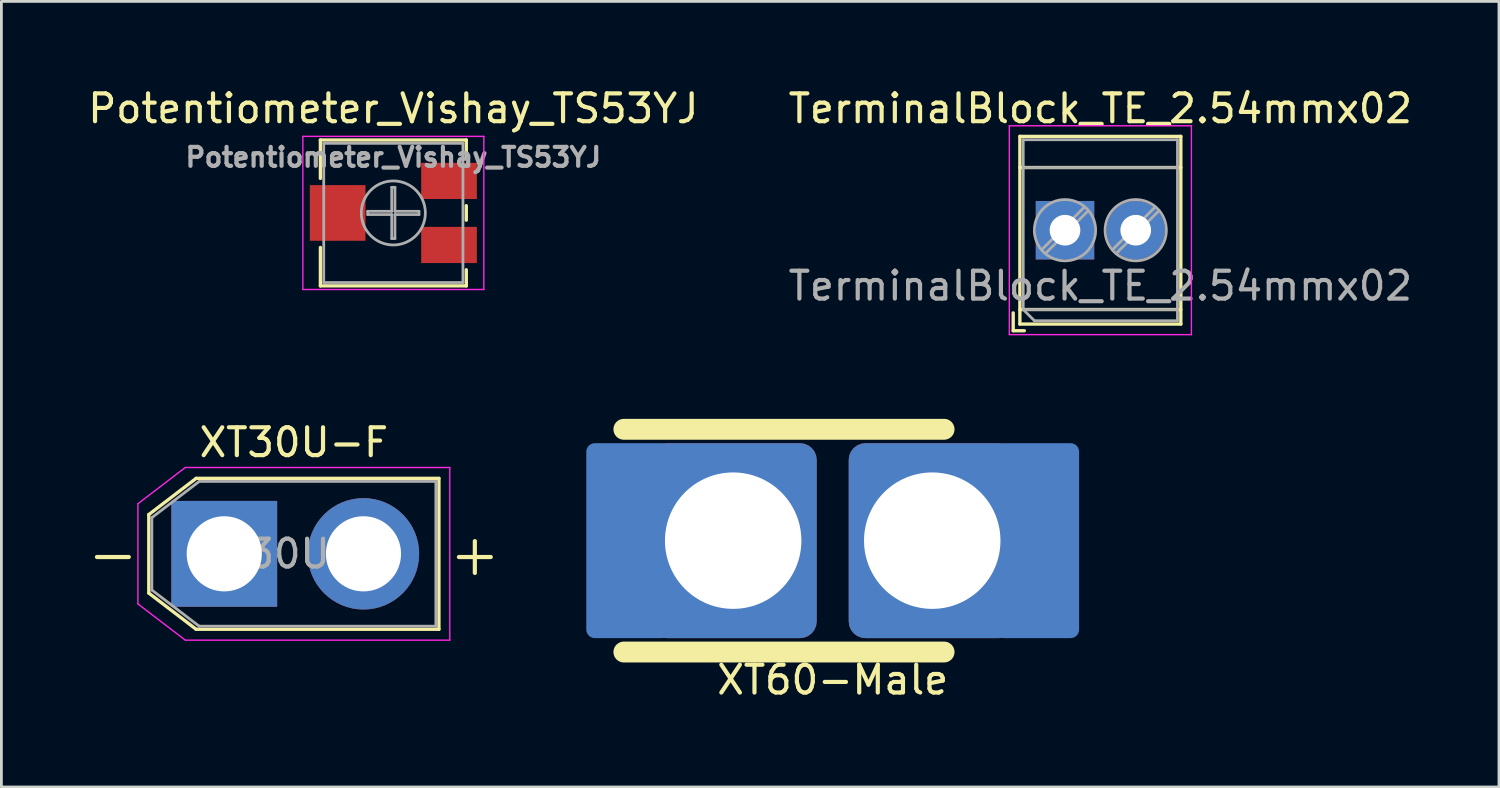
<source format=kicad_pcb>
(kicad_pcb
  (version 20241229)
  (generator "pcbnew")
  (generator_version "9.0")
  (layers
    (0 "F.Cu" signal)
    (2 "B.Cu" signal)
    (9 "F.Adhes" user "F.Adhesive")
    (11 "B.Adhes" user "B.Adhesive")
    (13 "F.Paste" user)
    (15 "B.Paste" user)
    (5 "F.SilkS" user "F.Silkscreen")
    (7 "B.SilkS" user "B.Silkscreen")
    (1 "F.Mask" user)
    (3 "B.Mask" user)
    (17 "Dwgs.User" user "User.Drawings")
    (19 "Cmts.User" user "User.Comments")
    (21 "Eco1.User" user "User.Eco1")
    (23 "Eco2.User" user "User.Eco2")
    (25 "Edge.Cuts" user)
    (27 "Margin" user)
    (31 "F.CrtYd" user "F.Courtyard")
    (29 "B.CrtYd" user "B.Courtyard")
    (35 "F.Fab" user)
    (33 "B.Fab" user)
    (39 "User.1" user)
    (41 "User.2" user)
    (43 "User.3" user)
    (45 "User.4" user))
  (footprint "TerminalBlock_TE_2.54mmx02"
    (layer "F.Cu")
    (at 35.2 5.218)
    (property "Reference" "TerminalBlock_TE_2.54mmx02" (at 1.27 -4.37 0) (layer "F.SilkS") (effects (font (size 1 1) (thickness 0.15))))
    (attr through_hole)
    (fp_line (start -1.86 2.97) (end -1.86 3.61) (stroke (width 0.12) (type solid)) (layer "F.SilkS"))
    (fp_line (start -1.86 3.61) (end -1.46 3.61) (stroke (width 0.12) (type solid)) (layer "F.SilkS"))
    (fp_line (start -1.62 -3.37) (end -1.62 3.37) (stroke (width 0.12) (type solid)) (layer "F.SilkS"))
    (fp_line (start -1.62 -3.37) (end 4.16 -3.37) (stroke (width 0.12) (type solid)) (layer "F.SilkS"))
    (fp_line (start -1.62 -2.25) (end 4.16 -2.25) (stroke (width 0.12) (type solid)) (layer "F.SilkS"))
    (fp_line (start -1.62 2.85) (end 4.16 2.85) (stroke (width 0.12) (type solid)) (layer "F.SilkS"))
    (fp_line (start -1.62 3.37) (end 4.16 3.37) (stroke (width 0.12) (type solid)) (layer "F.SilkS"))
    (fp_line (start 4.16 -3.37) (end 4.16 3.37) (stroke (width 0.12) (type solid)) (layer "F.SilkS"))
    (fp_line (start -2 -3.75) (end -2 3.75) (stroke (width 0.05) (type solid)) (layer "F.CrtYd"))
    (fp_line (start -2 3.75) (end 4.54 3.75) (stroke (width 0.05) (type solid)) (layer "F.CrtYd"))
    (fp_line (start 4.54 -3.75) (end -2 -3.75) (stroke (width 0.05) (type solid)) (layer "F.CrtYd"))
    (fp_line (start 4.54 3.75) (end 4.54 -3.75) (stroke (width 0.05) (type solid)) (layer "F.CrtYd"))
    (fp_line (start -1.5 -3.25) (end 4.04 -3.25) (stroke (width 0.1) (type solid)) (layer "F.Fab"))
    (fp_line (start -1.5 -2.25) (end 4.04 -2.25) (stroke (width 0.1) (type solid)) (layer "F.Fab"))
    (fp_line (start -1.5 2.85) (end -1.5 -3.25) (stroke (width 0.1) (type solid)) (layer "F.Fab"))
    (fp_line (start -1.5 2.85) (end 4.04 2.85) (stroke (width 0.1) (type solid)) (layer "F.Fab"))
    (fp_line (start -1.1 3.25) (end -1.5 2.85) (stroke (width 0.1) (type solid)) (layer "F.Fab"))
    (fp_line (start 0.701 -0.835) (end -0.835 0.7) (stroke (width 0.1) (type solid)) (layer "F.Fab"))
    (fp_line (start 0.835 -0.7) (end -0.701 0.835) (stroke (width 0.1) (type solid)) (layer "F.Fab"))
    (fp_line (start 3.241 -0.835) (end 1.706 0.7) (stroke (width 0.1) (type solid)) (layer "F.Fab"))
    (fp_line (start 3.375 -0.7) (end 1.84 0.835) (stroke (width 0.1) (type solid)) (layer "F.Fab"))
    (fp_line (start 4.04 -3.25) (end 4.04 3.25) (stroke (width 0.1) (type solid)) (layer "F.Fab"))
    (fp_line (start 4.04 3.25) (end -1.1 3.25) (stroke (width 0.1) (type solid)) (layer "F.Fab"))
    (fp_circle (center 0 0) (end 1.1 0) (stroke (width 0.1) (type solid)) (fill no) (layer "F.Fab"))
    (fp_circle (center 2.54 0) (end 3.64 0) (stroke (width 0.1) (type solid)) (fill no) (layer "F.Fab"))
    (fp_text user "${REFERENCE}" (at 1.27 2 0) (layer "F.Fab") (effects (font (size 1 1) (thickness 0.15))))
    (pad "1" thru_hole rect (at 0 0) (size 2.1 2.1) (drill 1.1) (layers "*.Cu" "*.Mask"))
    (pad "2" thru_hole circle (at 2.54 0) (size 2.1 2.1) (drill 1.1) (layers "*.Cu" "*.Mask")))
  (footprint "Potentiometer_Vishay_TS53YJ"
    (layer "F.Cu")
    (at 11.077 4.598)
    (property "Reference" "Potentiometer_Vishay_TS53YJ" (at 0 -3.75 0) (layer "F.SilkS") (effects (font (size 1 1) (thickness 0.15))))
    (attr smd)
    (fp_line (start -2.62 -2.62) (end -2.62 -1.24) (stroke (width 0.12) (type solid)) (layer "F.SilkS"))
    (fp_line (start -2.62 -2.62) (end 2.62 -2.62) (stroke (width 0.12) (type solid)) (layer "F.SilkS"))
    (fp_line (start -2.62 1.24) (end -2.62 2.62) (stroke (width 0.12) (type solid)) (layer "F.SilkS"))
    (fp_line (start -2.62 2.62) (end 2.62 2.62) (stroke (width 0.12) (type solid)) (layer "F.SilkS"))
    (fp_line (start 2.62 -2.62) (end 2.62 -2.039) (stroke (width 0.12) (type solid)) (layer "F.SilkS"))
    (fp_line (start 2.62 -0.26) (end 2.62 0.26) (stroke (width 0.12) (type solid)) (layer "F.SilkS"))
    (fp_line (start 2.62 2.04) (end 2.62 2.62) (stroke (width 0.12) (type solid)) (layer "F.SilkS"))
    (fp_line (start -3.25 -2.75) (end -3.25 2.75) (stroke (width 0.05) (type solid)) (layer "F.CrtYd"))
    (fp_line (start -3.25 2.75) (end 3.25 2.75) (stroke (width 0.05) (type solid)) (layer "F.CrtYd"))
    (fp_line (start 3.25 -2.75) (end -3.25 -2.75) (stroke (width 0.05) (type solid)) (layer "F.CrtYd"))
    (fp_line (start 3.25 2.75) (end 3.25 -2.75) (stroke (width 0.05) (type solid)) (layer "F.CrtYd"))
    (fp_line (start -2.5 -2.5) (end -2.5 2.5) (stroke (width 0.1) (type solid)) (layer "F.Fab"))
    (fp_line (start -2.5 2.5) (end 2.5 2.5) (stroke (width 0.1) (type solid)) (layer "F.Fab"))
    (fp_line (start -0.92 -0.058) (end -0.058 -0.058) (stroke (width 0.1) (type solid)) (layer "F.Fab"))
    (fp_line (start -0.92 0.058) (end -0.92 -0.058) (stroke (width 0.1) (type solid)) (layer "F.Fab"))
    (fp_line (start -0.058 -0.92) (end 0.058 -0.92) (stroke (width 0.1) (type solid)) (layer "F.Fab"))
    (fp_line (start -0.058 -0.058) (end -0.058 -0.92) (stroke (width 0.1) (type solid)) (layer "F.Fab"))
    (fp_line (start -0.058 0.058) (end -0.92 0.058) (stroke (width 0.1) (type solid)) (layer "F.Fab"))
    (fp_line (start -0.058 0.92) (end -0.058 0.058) (stroke (width 0.1) (type solid)) (layer "F.Fab"))
    (fp_line (start 0.058 -0.92) (end 0.058 -0.058) (stroke (width 0.1) (type solid)) (layer "F.Fab"))
    (fp_line (start 0.058 -0.058) (end 0.92 -0.058) (stroke (width 0.1) (type solid)) (layer "F.Fab"))
    (fp_line (start 0.058 0.058) (end 0.058 0.92) (stroke (width 0.1) (type solid)) (layer "F.Fab"))
    (fp_line (start 0.058 0.92) (end -0.058 0.92) (stroke (width 0.1) (type solid)) (layer "F.Fab"))
    (fp_line (start 0.92 -0.058) (end 0.92 0.058) (stroke (width 0.1) (type solid)) (layer "F.Fab"))
    (fp_line (start 0.92 0.058) (end 0.058 0.058) (stroke (width 0.1) (type solid)) (layer "F.Fab"))
    (fp_line (start 2.5 -2.5) (end -2.5 -2.5) (stroke (width 0.1) (type solid)) (layer "F.Fab"))
    (fp_line (start 2.5 2.5) (end 2.5 -2.5) (stroke (width 0.1) (type solid)) (layer "F.Fab"))
    (fp_circle (center 0 0) (end 1.15 0) (stroke (width 0.1) (type solid)) (fill no) (layer "F.Fab"))
    (fp_text user "${REFERENCE}" (at 0 -2 0) (layer "F.Fab") (effects (font (size 0.68 0.68) (thickness 0.15))))
    (pad "1" smd rect (at 2 -1.15) (size 2 1.3) (layers "F.Cu" "F.Mask" "F.Paste"))
    (pad "2" smd rect (at -2 0) (size 2 2) (layers "F.Cu" "F.Mask" "F.Paste"))
    (pad "3" smd rect (at 2 1.15) (size 2 1.3) (layers "F.Cu" "F.Mask" "F.Paste")))
  (footprint "XT30U-F"
    (layer "F.Cu")
    (at 5.004 16.841)
    (property "Reference" "XT30U-F" (at 2.5 -4 0) (layer "F.SilkS") (effects (font (size 1 1) (thickness 0.15))))
    (attr through_hole)
    (fp_line (start -2.71 -1.41) (end -2.71 1.41) (stroke (width 0.12) (type solid)) (layer "F.SilkS"))
    (fp_line (start -2.71 -1.41) (end -1.01 -2.71) (stroke (width 0.12) (type solid)) (layer "F.SilkS"))
    (fp_line (start -2.71 1.41) (end -1.01 2.71) (stroke (width 0.12) (type solid)) (layer "F.SilkS"))
    (fp_line (start -1.01 -2.71) (end 7.71 -2.71) (stroke (width 0.12) (type solid)) (layer "F.SilkS"))
    (fp_line (start -1.01 2.71) (end 7.71 2.71) (stroke (width 0.12) (type solid)) (layer "F.SilkS"))
    (fp_line (start 7.71 -2.71) (end 7.71 2.71) (stroke (width 0.12) (type solid)) (layer "F.SilkS"))
    (fp_line (start -3.1 -1.8) (end -3.1 1.8) (stroke (width 0.05) (type solid)) (layer "F.CrtYd"))
    (fp_line (start -3.1 -1.8) (end -1.4 -3.1) (stroke (width 0.05) (type solid)) (layer "F.CrtYd"))
    (fp_line (start -3.1 1.8) (end -1.4 3.1) (stroke (width 0.05) (type solid)) (layer "F.CrtYd"))
    (fp_line (start -1.4 -3.1) (end 8.1 -3.1) (stroke (width 0.05) (type solid)) (layer "F.CrtYd"))
    (fp_line (start -1.4 3.1) (end 8.1 3.1) (stroke (width 0.05) (type solid)) (layer "F.CrtYd"))
    (fp_line (start 8.1 -3.1) (end 8.1 3.1) (stroke (width 0.05) (type solid)) (layer "F.CrtYd"))
    (fp_line (start -2.6 -1.3) (end -2.6 1.3) (stroke (width 0.1) (type solid)) (layer "F.Fab"))
    (fp_line (start -2.6 -1.3) (end -0.9 -2.6) (stroke (width 0.1) (type solid)) (layer "F.Fab"))
    (fp_line (start -2.6 1.3) (end -0.9 2.6) (stroke (width 0.1) (type solid)) (layer "F.Fab"))
    (fp_line (start -0.9 -2.6) (end 7.6 -2.6) (stroke (width 0.1) (type solid)) (layer "F.Fab"))
    (fp_line (start -0.9 2.6) (end 7.6 2.6) (stroke (width 0.1) (type solid)) (layer "F.Fab"))
    (fp_line (start 7.6 -2.6) (end 7.6 2.6) (stroke (width 0.1) (type solid)) (layer "F.Fab"))
    (fp_text user "+" (at 9 0 0) (layer "F.SilkS") (effects (font (size 1.5 1.5) (thickness 0.15))))
    (fp_text user "-" (at -4 0 0) (layer "F.SilkS") (effects (font (size 1.5 1.5) (thickness 0.15))))
    (fp_text user "${REFERENCE}" (at 2.5 0 0) (layer "F.Fab") (effects (font (size 1 1) (thickness 0.15))))
    (pad "+" thru_hole circle (at 5 0) (size 4 4) (drill 2.7) (layers "*.Cu" "*.Mask"))
    (pad "-" thru_hole rect (at 0 0) (size 3.8 3.8) (drill 2.7) (layers "*.Cu" "*.Mask")))
  (footprint "XT60-Male"
    (layer "F.Cu")
    (at 26.857 16.368)
    (property "Reference" "XT60-Male" (at 0 5 0) (layer "F.SilkS") (effects (font (size 1 1) (thickness 0.15))))
    (attr through_hole)
    (fp_line (start -7.5 -4) (end 4 -4) (stroke (width 0.75) (type solid)) (layer "F.SilkS"))
    (fp_line (start -7.5 4) (end 4 4) (stroke (width 0.75) (type solid)) (layer "F.SilkS"))
    (pad "+" smd roundrect (at -7.35 0 180) (size 3 7) (layers "B.Cu" "B.Mask") (roundrect_rratio 0.1))
    (pad "+" thru_hole roundrect (at -3.575 0) (size 6 7) (drill 4.9) (layers "*.Cu" "*.Mask") (roundrect_rratio 0.1))
    (pad "-" thru_hole roundrect (at 3.575 0 180) (size 6 7) (drill 4.9) (layers "*.Cu" "*.Mask") (roundrect_rratio 0.1))
    (pad "-" smd roundrect (at 7.35 0 180) (size 3 7) (layers "B.Cu" "B.Mask") (roundrect_rratio 0.1)))
  (gr_rect
    (start -3 -3)
    (end 50.786 25.216)
    (stroke (width 0.1) (type default))
    (fill no)
    (layer "Edge.Cuts")))
</source>
